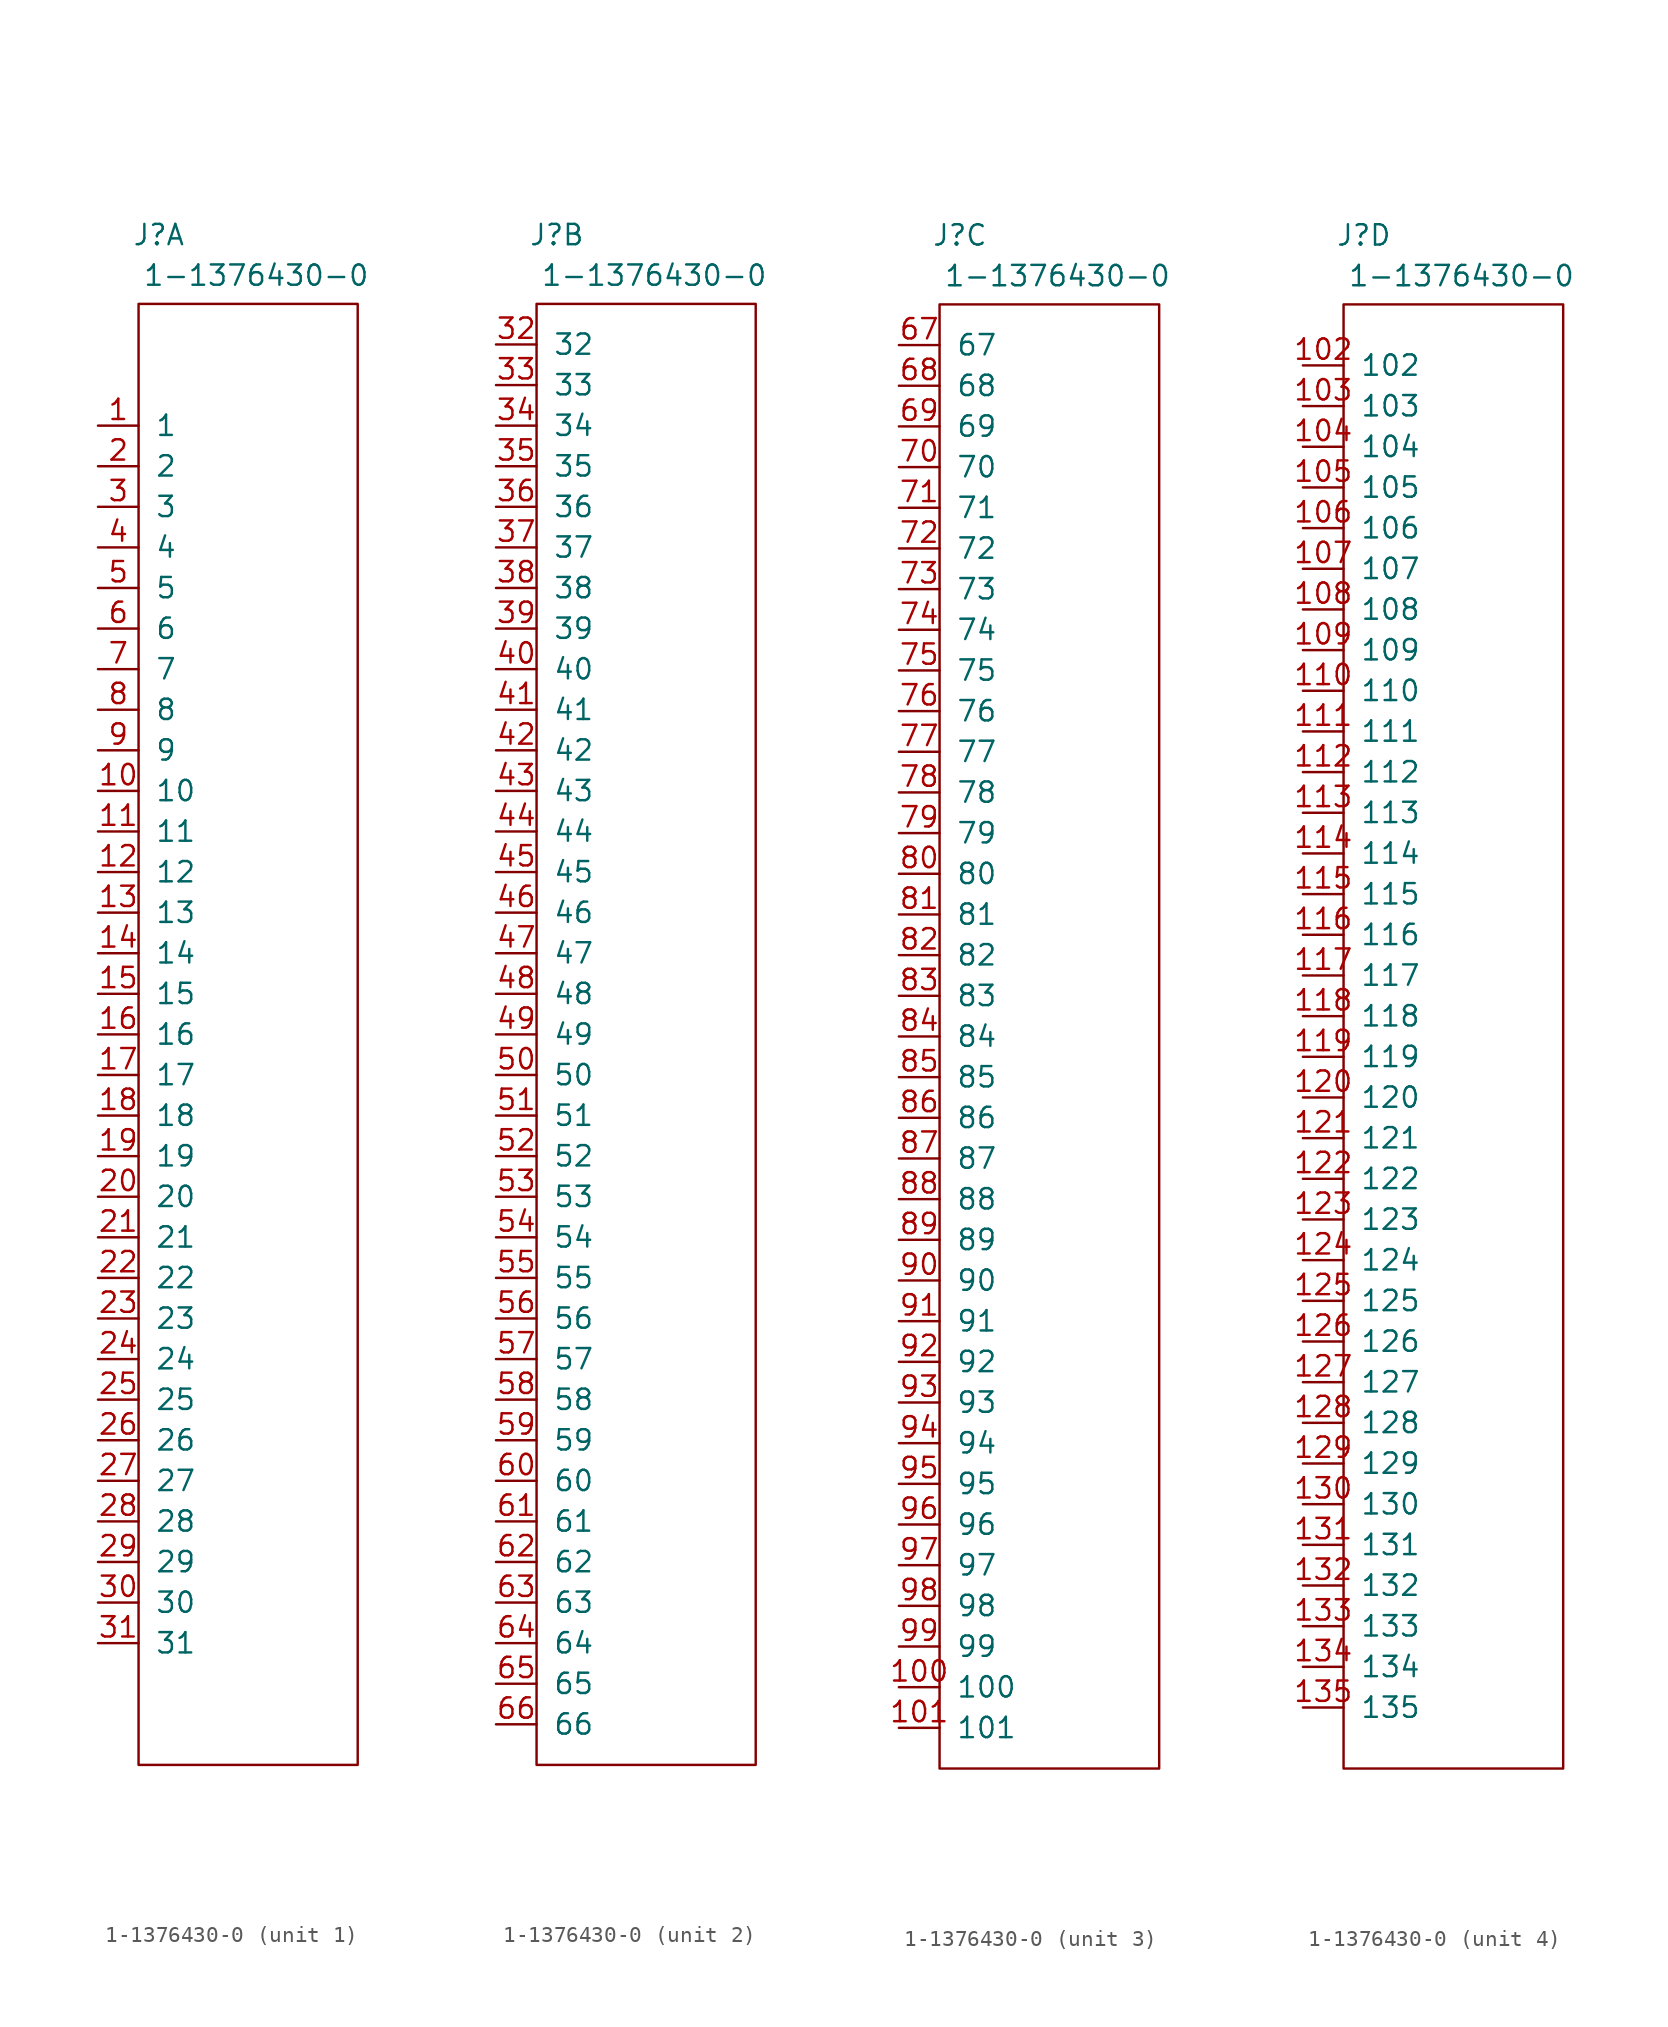
<source format=kicad_sym>
(kicad_symbol_lib
  (version 20231120)
  (generator "kicad_symbol_editor")
  (generator_version "8.0")
  (symbol "1-1376430-0"
    (pin_names
      (offset 1.016))
    (property "Reference" "J"
      (at 1.27 50.038 0)
      (effects (font (size 1.27 1.27))))
    (property "Value" "1-1376430-0"
      (at 7.366 47.498 0)
      (effects (font (size 1.27 1.27))))
    (symbol "1-1376430-0_0_1"
      (rectangle (start 0 45.72) (end 13.716 -45.72) (stroke (width 0) (type solid)) (fill (type none))))
    (symbol "1-1376430-0_1_1"
      (pin input line (at -2.54 38.1 0) (length 2.54) (name "1" (effects (font (size 1.27 1.27)))) (number "1" (effects (font (size 1.27 1.27)))))
      (pin input line (at -2.54 15.24 0) (length 2.54) (name "10" (effects (font (size 1.27 1.27)))) (number "10" (effects (font (size 1.27 1.27)))))
      (pin input line (at -2.54 12.7 0) (length 2.54) (name "11" (effects (font (size 1.27 1.27)))) (number "11" (effects (font (size 1.27 1.27)))))
      (pin input line (at -2.54 10.16 0) (length 2.54) (name "12" (effects (font (size 1.27 1.27)))) (number "12" (effects (font (size 1.27 1.27)))))
      (pin input line (at -2.54 7.62 0) (length 2.54) (name "13" (effects (font (size 1.27 1.27)))) (number "13" (effects (font (size 1.27 1.27)))))
      (pin input line (at -2.54 5.08 0) (length 2.54) (name "14" (effects (font (size 1.27 1.27)))) (number "14" (effects (font (size 1.27 1.27)))))
      (pin input line (at -2.54 2.54 0) (length 2.54) (name "15" (effects (font (size 1.27 1.27)))) (number "15" (effects (font (size 1.27 1.27)))))
      (pin input line (at -2.54 0 0) (length 2.54) (name "16" (effects (font (size 1.27 1.27)))) (number "16" (effects (font (size 1.27 1.27)))))
      (pin input line (at -2.54 -2.54 0) (length 2.54) (name "17" (effects (font (size 1.27 1.27)))) (number "17" (effects (font (size 1.27 1.27)))))
      (pin input line (at -2.54 -5.08 0) (length 2.54) (name "18" (effects (font (size 1.27 1.27)))) (number "18" (effects (font (size 1.27 1.27)))))
      (pin input line (at -2.54 -7.62 0) (length 2.54) (name "19" (effects (font (size 1.27 1.27)))) (number "19" (effects (font (size 1.27 1.27)))))
      (pin input line (at -2.54 35.56 0) (length 2.54) (name "2" (effects (font (size 1.27 1.27)))) (number "2" (effects (font (size 1.27 1.27)))))
      (pin input line (at -2.54 -10.16 0) (length 2.54) (name "20" (effects (font (size 1.27 1.27)))) (number "20" (effects (font (size 1.27 1.27)))))
      (pin input line (at -2.54 -12.7 0) (length 2.54) (name "21" (effects (font (size 1.27 1.27)))) (number "21" (effects (font (size 1.27 1.27)))))
      (pin input line (at -2.54 -15.24 0) (length 2.54) (name "22" (effects (font (size 1.27 1.27)))) (number "22" (effects (font (size 1.27 1.27)))))
      (pin input line (at -2.54 -17.78 0) (length 2.54) (name "23" (effects (font (size 1.27 1.27)))) (number "23" (effects (font (size 1.27 1.27)))))
      (pin input line (at -2.54 -20.32 0) (length 2.54) (name "24" (effects (font (size 1.27 1.27)))) (number "24" (effects (font (size 1.27 1.27)))))
      (pin input line (at -2.54 -22.86 0) (length 2.54) (name "25" (effects (font (size 1.27 1.27)))) (number "25" (effects (font (size 1.27 1.27)))))
      (pin input line (at -2.54 -25.4 0) (length 2.54) (name "26" (effects (font (size 1.27 1.27)))) (number "26" (effects (font (size 1.27 1.27)))))
      (pin input line (at -2.54 -27.94 0) (length 2.54) (name "27" (effects (font (size 1.27 1.27)))) (number "27" (effects (font (size 1.27 1.27)))))
      (pin input line (at -2.54 -30.48 0) (length 2.54) (name "28" (effects (font (size 1.27 1.27)))) (number "28" (effects (font (size 1.27 1.27)))))
      (pin input line (at -2.54 -33.02 0) (length 2.54) (name "29" (effects (font (size 1.27 1.27)))) (number "29" (effects (font (size 1.27 1.27)))))
      (pin input line (at -2.54 33.02 0) (length 2.54) (name "3" (effects (font (size 1.27 1.27)))) (number "3" (effects (font (size 1.27 1.27)))))
      (pin input line (at -2.54 -35.56 0) (length 2.54) (name "30" (effects (font (size 1.27 1.27)))) (number "30" (effects (font (size 1.27 1.27)))))
      (pin input line (at -2.54 -38.1 0) (length 2.54) (name "31" (effects (font (size 1.27 1.27)))) (number "31" (effects (font (size 1.27 1.27)))))
      (pin input line (at -2.54 30.48 0) (length 2.54) (name "4" (effects (font (size 1.27 1.27)))) (number "4" (effects (font (size 1.27 1.27)))))
      (pin input line (at -2.54 27.94 0) (length 2.54) (name "5" (effects (font (size 1.27 1.27)))) (number "5" (effects (font (size 1.27 1.27)))))
      (pin input line (at -2.54 25.4 0) (length 2.54) (name "6" (effects (font (size 1.27 1.27)))) (number "6" (effects (font (size 1.27 1.27)))))
      (pin input line (at -2.54 22.86 0) (length 2.54) (name "7" (effects (font (size 1.27 1.27)))) (number "7" (effects (font (size 1.27 1.27)))))
      (pin input line (at -2.54 20.32 0) (length 2.54) (name "8" (effects (font (size 1.27 1.27)))) (number "8" (effects (font (size 1.27 1.27)))))
      (pin input line (at -2.54 17.78 0) (length 2.54) (name "9" (effects (font (size 1.27 1.27)))) (number "9" (effects (font (size 1.27 1.27))))))
    (symbol "1-1376430-0_2_1"
      (pin input line (at -2.54 43.18 0) (length 2.54) (name "32" (effects (font (size 1.27 1.27)))) (number "32" (effects (font (size 1.27 1.27)))))
      (pin input line (at -2.54 40.64 0) (length 2.54) (name "33" (effects (font (size 1.27 1.27)))) (number "33" (effects (font (size 1.27 1.27)))))
      (pin input line (at -2.54 38.1 0) (length 2.54) (name "34" (effects (font (size 1.27 1.27)))) (number "34" (effects (font (size 1.27 1.27)))))
      (pin input line (at -2.54 35.56 0) (length 2.54) (name "35" (effects (font (size 1.27 1.27)))) (number "35" (effects (font (size 1.27 1.27)))))
      (pin input line (at -2.54 33.02 0) (length 2.54) (name "36" (effects (font (size 1.27 1.27)))) (number "36" (effects (font (size 1.27 1.27)))))
      (pin input line (at -2.54 30.48 0) (length 2.54) (name "37" (effects (font (size 1.27 1.27)))) (number "37" (effects (font (size 1.27 1.27)))))
      (pin input line (at -2.54 27.94 0) (length 2.54) (name "38" (effects (font (size 1.27 1.27)))) (number "38" (effects (font (size 1.27 1.27)))))
      (pin input line (at -2.54 25.4 0) (length 2.54) (name "39" (effects (font (size 1.27 1.27)))) (number "39" (effects (font (size 1.27 1.27)))))
      (pin input line (at -2.54 22.86 0) (length 2.54) (name "40" (effects (font (size 1.27 1.27)))) (number "40" (effects (font (size 1.27 1.27)))))
      (pin input line (at -2.54 20.32 0) (length 2.54) (name "41" (effects (font (size 1.27 1.27)))) (number "41" (effects (font (size 1.27 1.27)))))
      (pin input line (at -2.54 17.78 0) (length 2.54) (name "42" (effects (font (size 1.27 1.27)))) (number "42" (effects (font (size 1.27 1.27)))))
      (pin input line (at -2.54 15.24 0) (length 2.54) (name "43" (effects (font (size 1.27 1.27)))) (number "43" (effects (font (size 1.27 1.27)))))
      (pin input line (at -2.54 12.7 0) (length 2.54) (name "44" (effects (font (size 1.27 1.27)))) (number "44" (effects (font (size 1.27 1.27)))))
      (pin input line (at -2.54 10.16 0) (length 2.54) (name "45" (effects (font (size 1.27 1.27)))) (number "45" (effects (font (size 1.27 1.27)))))
      (pin input line (at -2.54 7.62 0) (length 2.54) (name "46" (effects (font (size 1.27 1.27)))) (number "46" (effects (font (size 1.27 1.27)))))
      (pin input line (at -2.54 5.08 0) (length 2.54) (name "47" (effects (font (size 1.27 1.27)))) (number "47" (effects (font (size 1.27 1.27)))))
      (pin input line (at -2.54 2.54 0) (length 2.54) (name "48" (effects (font (size 1.27 1.27)))) (number "48" (effects (font (size 1.27 1.27)))))
      (pin input line (at -2.54 0 0) (length 2.54) (name "49" (effects (font (size 1.27 1.27)))) (number "49" (effects (font (size 1.27 1.27)))))
      (pin input line (at -2.54 -2.54 0) (length 2.54) (name "50" (effects (font (size 1.27 1.27)))) (number "50" (effects (font (size 1.27 1.27)))))
      (pin input line (at -2.54 -5.08 0) (length 2.54) (name "51" (effects (font (size 1.27 1.27)))) (number "51" (effects (font (size 1.27 1.27)))))
      (pin input line (at -2.54 -7.62 0) (length 2.54) (name "52" (effects (font (size 1.27 1.27)))) (number "52" (effects (font (size 1.27 1.27)))))
      (pin input line (at -2.54 -10.16 0) (length 2.54) (name "53" (effects (font (size 1.27 1.27)))) (number "53" (effects (font (size 1.27 1.27)))))
      (pin input line (at -2.54 -12.7 0) (length 2.54) (name "54" (effects (font (size 1.27 1.27)))) (number "54" (effects (font (size 1.27 1.27)))))
      (pin input line (at -2.54 -15.24 0) (length 2.54) (name "55" (effects (font (size 1.27 1.27)))) (number "55" (effects (font (size 1.27 1.27)))))
      (pin input line (at -2.54 -17.78 0) (length 2.54) (name "56" (effects (font (size 1.27 1.27)))) (number "56" (effects (font (size 1.27 1.27)))))
      (pin input line (at -2.54 -20.32 0) (length 2.54) (name "57" (effects (font (size 1.27 1.27)))) (number "57" (effects (font (size 1.27 1.27)))))
      (pin input line (at -2.54 -22.86 0) (length 2.54) (name "58" (effects (font (size 1.27 1.27)))) (number "58" (effects (font (size 1.27 1.27)))))
      (pin input line (at -2.54 -25.4 0) (length 2.54) (name "59" (effects (font (size 1.27 1.27)))) (number "59" (effects (font (size 1.27 1.27)))))
      (pin input line (at -2.54 -27.94 0) (length 2.54) (name "60" (effects (font (size 1.27 1.27)))) (number "60" (effects (font (size 1.27 1.27)))))
      (pin input line (at -2.54 -30.48 0) (length 2.54) (name "61" (effects (font (size 1.27 1.27)))) (number "61" (effects (font (size 1.27 1.27)))))
      (pin input line (at -2.54 -33.02 0) (length 2.54) (name "62" (effects (font (size 1.27 1.27)))) (number "62" (effects (font (size 1.27 1.27)))))
      (pin input line (at -2.54 -35.56 0) (length 2.54) (name "63" (effects (font (size 1.27 1.27)))) (number "63" (effects (font (size 1.27 1.27)))))
      (pin input line (at -2.54 -38.1 0) (length 2.54) (name "64" (effects (font (size 1.27 1.27)))) (number "64" (effects (font (size 1.27 1.27)))))
      (pin input line (at -2.54 -40.64 0) (length 2.54) (name "65" (effects (font (size 1.27 1.27)))) (number "65" (effects (font (size 1.27 1.27)))))
      (pin input line (at -2.54 -43.18 0) (length 2.54) (name "66" (effects (font (size 1.27 1.27)))) (number "66" (effects (font (size 1.27 1.27))))))
    (symbol "1-1376430-0_3_1"
      (pin input line (at -2.54 -40.64 0) (length 2.54) (name "100" (effects (font (size 1.27 1.27)))) (number "100" (effects (font (size 1.27 1.27)))))
      (pin input line (at -2.54 -43.18 0) (length 2.54) (name "101" (effects (font (size 1.27 1.27)))) (number "101" (effects (font (size 1.27 1.27)))))
      (pin input line (at -2.54 43.18 0) (length 2.54) (name "67" (effects (font (size 1.27 1.27)))) (number "67" (effects (font (size 1.27 1.27)))))
      (pin input line (at -2.54 40.64 0) (length 2.54) (name "68" (effects (font (size 1.27 1.27)))) (number "68" (effects (font (size 1.27 1.27)))))
      (pin input line (at -2.54 38.1 0) (length 2.54) (name "69" (effects (font (size 1.27 1.27)))) (number "69" (effects (font (size 1.27 1.27)))))
      (pin input line (at -2.54 35.56 0) (length 2.54) (name "70" (effects (font (size 1.27 1.27)))) (number "70" (effects (font (size 1.27 1.27)))))
      (pin input line (at -2.54 33.02 0) (length 2.54) (name "71" (effects (font (size 1.27 1.27)))) (number "71" (effects (font (size 1.27 1.27)))))
      (pin input line (at -2.54 30.48 0) (length 2.54) (name "72" (effects (font (size 1.27 1.27)))) (number "72" (effects (font (size 1.27 1.27)))))
      (pin input line (at -2.54 27.94 0) (length 2.54) (name "73" (effects (font (size 1.27 1.27)))) (number "73" (effects (font (size 1.27 1.27)))))
      (pin input line (at -2.54 25.4 0) (length 2.54) (name "74" (effects (font (size 1.27 1.27)))) (number "74" (effects (font (size 1.27 1.27)))))
      (pin input line (at -2.54 22.86 0) (length 2.54) (name "75" (effects (font (size 1.27 1.27)))) (number "75" (effects (font (size 1.27 1.27)))))
      (pin input line (at -2.54 20.32 0) (length 2.54) (name "76" (effects (font (size 1.27 1.27)))) (number "76" (effects (font (size 1.27 1.27)))))
      (pin input line (at -2.54 17.78 0) (length 2.54) (name "77" (effects (font (size 1.27 1.27)))) (number "77" (effects (font (size 1.27 1.27)))))
      (pin input line (at -2.54 15.24 0) (length 2.54) (name "78" (effects (font (size 1.27 1.27)))) (number "78" (effects (font (size 1.27 1.27)))))
      (pin input line (at -2.54 12.7 0) (length 2.54) (name "79" (effects (font (size 1.27 1.27)))) (number "79" (effects (font (size 1.27 1.27)))))
      (pin input line (at -2.54 10.16 0) (length 2.54) (name "80" (effects (font (size 1.27 1.27)))) (number "80" (effects (font (size 1.27 1.27)))))
      (pin input line (at -2.54 7.62 0) (length 2.54) (name "81" (effects (font (size 1.27 1.27)))) (number "81" (effects (font (size 1.27 1.27)))))
      (pin input line (at -2.54 5.08 0) (length 2.54) (name "82" (effects (font (size 1.27 1.27)))) (number "82" (effects (font (size 1.27 1.27)))))
      (pin input line (at -2.54 2.54 0) (length 2.54) (name "83" (effects (font (size 1.27 1.27)))) (number "83" (effects (font (size 1.27 1.27)))))
      (pin input line (at -2.54 0 0) (length 2.54) (name "84" (effects (font (size 1.27 1.27)))) (number "84" (effects (font (size 1.27 1.27)))))
      (pin input line (at -2.54 -2.54 0) (length 2.54) (name "85" (effects (font (size 1.27 1.27)))) (number "85" (effects (font (size 1.27 1.27)))))
      (pin input line (at -2.54 -5.08 0) (length 2.54) (name "86" (effects (font (size 1.27 1.27)))) (number "86" (effects (font (size 1.27 1.27)))))
      (pin input line (at -2.54 -7.62 0) (length 2.54) (name "87" (effects (font (size 1.27 1.27)))) (number "87" (effects (font (size 1.27 1.27)))))
      (pin input line (at -2.54 -10.16 0) (length 2.54) (name "88" (effects (font (size 1.27 1.27)))) (number "88" (effects (font (size 1.27 1.27)))))
      (pin input line (at -2.54 -12.7 0) (length 2.54) (name "89" (effects (font (size 1.27 1.27)))) (number "89" (effects (font (size 1.27 1.27)))))
      (pin input line (at -2.54 -15.24 0) (length 2.54) (name "90" (effects (font (size 1.27 1.27)))) (number "90" (effects (font (size 1.27 1.27)))))
      (pin input line (at -2.54 -17.78 0) (length 2.54) (name "91" (effects (font (size 1.27 1.27)))) (number "91" (effects (font (size 1.27 1.27)))))
      (pin input line (at -2.54 -20.32 0) (length 2.54) (name "92" (effects (font (size 1.27 1.27)))) (number "92" (effects (font (size 1.27 1.27)))))
      (pin input line (at -2.54 -22.86 0) (length 2.54) (name "93" (effects (font (size 1.27 1.27)))) (number "93" (effects (font (size 1.27 1.27)))))
      (pin input line (at -2.54 -25.4 0) (length 2.54) (name "94" (effects (font (size 1.27 1.27)))) (number "94" (effects (font (size 1.27 1.27)))))
      (pin input line (at -2.54 -27.94 0) (length 2.54) (name "95" (effects (font (size 1.27 1.27)))) (number "95" (effects (font (size 1.27 1.27)))))
      (pin input line (at -2.54 -30.48 0) (length 2.54) (name "96" (effects (font (size 1.27 1.27)))) (number "96" (effects (font (size 1.27 1.27)))))
      (pin input line (at -2.54 -33.02 0) (length 2.54) (name "97" (effects (font (size 1.27 1.27)))) (number "97" (effects (font (size 1.27 1.27)))))
      (pin input line (at -2.54 -35.56 0) (length 2.54) (name "98" (effects (font (size 1.27 1.27)))) (number "98" (effects (font (size 1.27 1.27)))))
      (pin input line (at -2.54 -38.1 0) (length 2.54) (name "99" (effects (font (size 1.27 1.27)))) (number "99" (effects (font (size 1.27 1.27))))))
    (symbol "1-1376430-0_4_1"
      (pin input line (at -2.54 41.91 0) (length 2.54) (name "102" (effects (font (size 1.27 1.27)))) (number "102" (effects (font (size 1.27 1.27)))))
      (pin input line (at -2.54 39.37 0) (length 2.54) (name "103" (effects (font (size 1.27 1.27)))) (number "103" (effects (font (size 1.27 1.27)))))
      (pin input line (at -2.54 36.83 0) (length 2.54) (name "104" (effects (font (size 1.27 1.27)))) (number "104" (effects (font (size 1.27 1.27)))))
      (pin input line (at -2.54 34.29 0) (length 2.54) (name "105" (effects (font (size 1.27 1.27)))) (number "105" (effects (font (size 1.27 1.27)))))
      (pin input line (at -2.54 31.75 0) (length 2.54) (name "106" (effects (font (size 1.27 1.27)))) (number "106" (effects (font (size 1.27 1.27)))))
      (pin input line (at -2.54 29.21 0) (length 2.54) (name "107" (effects (font (size 1.27 1.27)))) (number "107" (effects (font (size 1.27 1.27)))))
      (pin input line (at -2.54 26.67 0) (length 2.54) (name "108" (effects (font (size 1.27 1.27)))) (number "108" (effects (font (size 1.27 1.27)))))
      (pin input line (at -2.54 24.13 0) (length 2.54) (name "109" (effects (font (size 1.27 1.27)))) (number "109" (effects (font (size 1.27 1.27)))))
      (pin input line (at -2.54 21.59 0) (length 2.54) (name "110" (effects (font (size 1.27 1.27)))) (number "110" (effects (font (size 1.27 1.27)))))
      (pin input line (at -2.54 19.05 0) (length 2.54) (name "111" (effects (font (size 1.27 1.27)))) (number "111" (effects (font (size 1.27 1.27)))))
      (pin input line (at -2.54 16.51 0) (length 2.54) (name "112" (effects (font (size 1.27 1.27)))) (number "112" (effects (font (size 1.27 1.27)))))
      (pin input line (at -2.54 13.97 0) (length 2.54) (name "113" (effects (font (size 1.27 1.27)))) (number "113" (effects (font (size 1.27 1.27)))))
      (pin input line (at -2.54 11.43 0) (length 2.54) (name "114" (effects (font (size 1.27 1.27)))) (number "114" (effects (font (size 1.27 1.27)))))
      (pin input line (at -2.54 8.89 0) (length 2.54) (name "115" (effects (font (size 1.27 1.27)))) (number "115" (effects (font (size 1.27 1.27)))))
      (pin input line (at -2.54 6.35 0) (length 2.54) (name "116" (effects (font (size 1.27 1.27)))) (number "116" (effects (font (size 1.27 1.27)))))
      (pin input line (at -2.54 3.81 0) (length 2.54) (name "117" (effects (font (size 1.27 1.27)))) (number "117" (effects (font (size 1.27 1.27)))))
      (pin input line (at -2.54 1.27 0) (length 2.54) (name "118" (effects (font (size 1.27 1.27)))) (number "118" (effects (font (size 1.27 1.27)))))
      (pin input line (at -2.54 -1.27 0) (length 2.54) (name "119" (effects (font (size 1.27 1.27)))) (number "119" (effects (font (size 1.27 1.27)))))
      (pin input line (at -2.54 -3.81 0) (length 2.54) (name "120" (effects (font (size 1.27 1.27)))) (number "120" (effects (font (size 1.27 1.27)))))
      (pin input line (at -2.54 -6.35 0) (length 2.54) (name "121" (effects (font (size 1.27 1.27)))) (number "121" (effects (font (size 1.27 1.27)))))
      (pin input line (at -2.54 -8.89 0) (length 2.54) (name "122" (effects (font (size 1.27 1.27)))) (number "122" (effects (font (size 1.27 1.27)))))
      (pin input line (at -2.54 -11.43 0) (length 2.54) (name "123" (effects (font (size 1.27 1.27)))) (number "123" (effects (font (size 1.27 1.27)))))
      (pin input line (at -2.54 -13.97 0) (length 2.54) (name "124" (effects (font (size 1.27 1.27)))) (number "124" (effects (font (size 1.27 1.27)))))
      (pin input line (at -2.54 -16.51 0) (length 2.54) (name "125" (effects (font (size 1.27 1.27)))) (number "125" (effects (font (size 1.27 1.27)))))
      (pin input line (at -2.54 -19.05 0) (length 2.54) (name "126" (effects (font (size 1.27 1.27)))) (number "126" (effects (font (size 1.27 1.27)))))
      (pin input line (at -2.54 -21.59 0) (length 2.54) (name "127" (effects (font (size 1.27 1.27)))) (number "127" (effects (font (size 1.27 1.27)))))
      (pin input line (at -2.54 -24.13 0) (length 2.54) (name "128" (effects (font (size 1.27 1.27)))) (number "128" (effects (font (size 1.27 1.27)))))
      (pin input line (at -2.54 -26.67 0) (length 2.54) (name "129" (effects (font (size 1.27 1.27)))) (number "129" (effects (font (size 1.27 1.27)))))
      (pin input line (at -2.54 -29.21 0) (length 2.54) (name "130" (effects (font (size 1.27 1.27)))) (number "130" (effects (font (size 1.27 1.27)))))
      (pin input line (at -2.54 -31.75 0) (length 2.54) (name "131" (effects (font (size 1.27 1.27)))) (number "131" (effects (font (size 1.27 1.27)))))
      (pin input line (at -2.54 -34.29 0) (length 2.54) (name "132" (effects (font (size 1.27 1.27)))) (number "132" (effects (font (size 1.27 1.27)))))
      (pin input line (at -2.54 -36.83 0) (length 2.54) (name "133" (effects (font (size 1.27 1.27)))) (number "133" (effects (font (size 1.27 1.27)))))
      (pin input line (at -2.54 -39.37 0) (length 2.54) (name "134" (effects (font (size 1.27 1.27)))) (number "134" (effects (font (size 1.27 1.27)))))
      (pin input line (at -2.54 -41.91 0) (length 2.54) (name "135" (effects (font (size 1.27 1.27)))) (number "135" (effects (font (size 1.27 1.27))))))))
</source>
